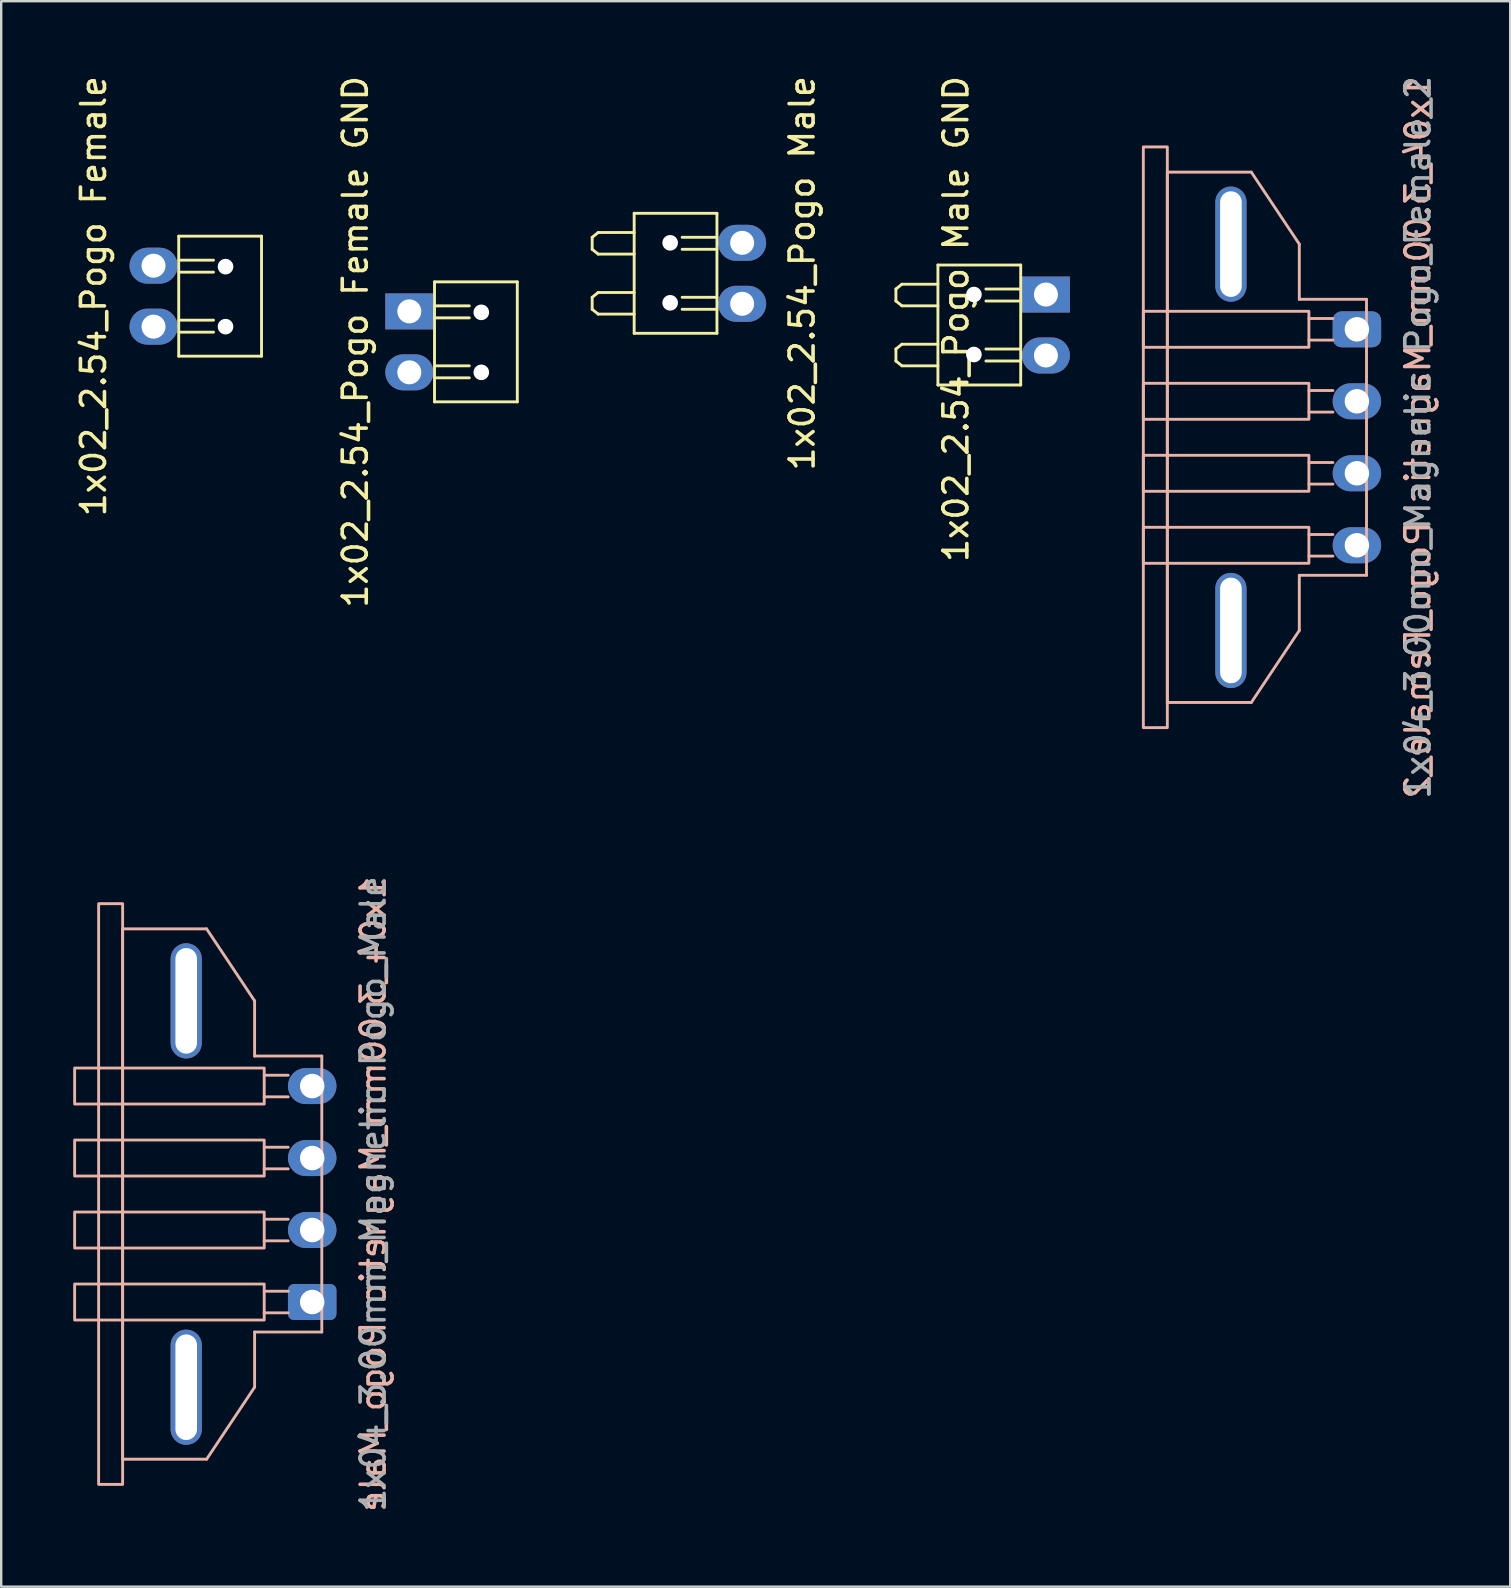
<source format=kicad_pcb>
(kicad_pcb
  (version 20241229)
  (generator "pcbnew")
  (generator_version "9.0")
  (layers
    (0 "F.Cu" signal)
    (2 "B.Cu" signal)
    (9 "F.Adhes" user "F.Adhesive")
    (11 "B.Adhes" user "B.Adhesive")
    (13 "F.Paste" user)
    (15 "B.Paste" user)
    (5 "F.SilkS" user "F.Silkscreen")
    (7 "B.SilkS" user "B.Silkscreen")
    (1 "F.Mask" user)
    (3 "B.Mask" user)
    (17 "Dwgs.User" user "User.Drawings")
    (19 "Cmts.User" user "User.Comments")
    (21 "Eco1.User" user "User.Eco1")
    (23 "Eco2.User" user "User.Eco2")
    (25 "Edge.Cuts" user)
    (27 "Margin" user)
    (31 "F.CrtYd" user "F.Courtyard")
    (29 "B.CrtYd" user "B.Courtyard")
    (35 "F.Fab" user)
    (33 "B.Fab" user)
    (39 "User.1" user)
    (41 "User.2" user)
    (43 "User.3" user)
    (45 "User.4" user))
  (footprint "1x04_3.00mm_Magnetic Pogo_Female_2"
    (layer "F.Cu")
    (at 53.495 15.173)
    (property "Reference" "1x04_3.00mm_Magnetic Pogo_Female_2" (at 2.54 0 270) (layer "B.SilkS") (effects (font (size 1 1) (thickness 0.15)) (justify mirror)))
    (attr through_hole)
    (fp_line (start -7.9 -11.05) (end -7.9 11.05) (stroke (width 0.12) (type solid)) (layer "B.SilkS"))
    (fp_line (start -4.4 -11.05) (end -7.9 -11.05) (stroke (width 0.12) (type solid)) (layer "B.SilkS"))
    (fp_line (start -4.4 11.05) (end -7.9 11.05) (stroke (width 0.12) (type solid)) (layer "B.SilkS"))
    (fp_line (start -2.4 -8.05) (end -4.4 -11.05) (stroke (width 0.12) (type solid)) (layer "B.SilkS"))
    (fp_line (start -2.4 -8.05) (end -2.4 -5.75) (stroke (width 0.12) (type solid)) (layer "B.SilkS"))
    (fp_line (start -2.4 -5.75) (end 0.4 -5.75) (stroke (width 0.12) (type solid)) (layer "B.SilkS"))
    (fp_line (start -2.4 5.75) (end -2.4 8.05) (stroke (width 0.12) (type solid)) (layer "B.SilkS"))
    (fp_line (start -2.4 5.75) (end 0.4 5.75) (stroke (width 0.12) (type solid)) (layer "B.SilkS"))
    (fp_line (start -2.4 8.05) (end -4.4 11.05) (stroke (width 0.12) (type solid)) (layer "B.SilkS"))
    (fp_line (start -2 -4.95) (end -1 -4.95) (stroke (width 0.12) (type solid)) (layer "B.SilkS"))
    (fp_line (start -2 -4.05) (end -1 -4.05) (stroke (width 0.12) (type solid)) (layer "B.SilkS"))
    (fp_line (start -2 -1.95) (end -1 -1.95) (stroke (width 0.12) (type solid)) (layer "B.SilkS"))
    (fp_line (start -2 -1.05) (end -1 -1.05) (stroke (width 0.12) (type solid)) (layer "B.SilkS"))
    (fp_line (start -2 1.05) (end -1 1.05) (stroke (width 0.12) (type solid)) (layer "B.SilkS"))
    (fp_line (start -2 1.95) (end -1 1.95) (stroke (width 0.12) (type solid)) (layer "B.SilkS"))
    (fp_line (start -2 4.05) (end -1 4.05) (stroke (width 0.12) (type solid)) (layer "B.SilkS"))
    (fp_line (start -2 4.95) (end -1 4.95) (stroke (width 0.12) (type solid)) (layer "B.SilkS"))
    (fp_line (start 0.4 -5.75) (end 0.4 5.75) (stroke (width 0.12) (type solid)) (layer "B.SilkS"))
    (fp_rect (start -7.9 -12.1) (end -8.9 12.1) (stroke (width 0.12) (type solid)) (fill no) (layer "B.SilkS"))
    (fp_rect (start -2 -3.75) (end -8.9 -5.25) (stroke (width 0.12) (type solid)) (fill no) (layer "B.SilkS"))
    (fp_rect (start -2 -0.75) (end -8.9 -2.25) (stroke (width 0.12) (type solid)) (fill no) (layer "B.SilkS"))
    (fp_rect (start -2 2.25) (end -8.9 0.75) (stroke (width 0.12) (type solid)) (fill no) (layer "B.SilkS"))
    (fp_rect (start -2 5.25) (end -8.9 3.75) (stroke (width 0.12) (type solid)) (fill no) (layer "B.SilkS"))
    (fp_text user "${REFERENCE}" (at 2.54 0 90) (layer "F.Fab") (effects (font (size 1 1) (thickness 0.15))))
    (pad "1" thru_hole roundrect (at 0 -4.5 90) (size 1.5 2.02) (drill 1.02) (layers "*.Cu" "*.Mask") (roundrect_rratio 0.25))
    (pad "2" thru_hole oval (at 0 -1.5 90) (size 1.5 2.02) (drill 1.02) (layers "*.Cu" "*.Mask"))
    (pad "3" thru_hole oval (at 0 1.5 90) (size 1.5 2.02) (drill 1.02) (layers "*.Cu" "*.Mask"))
    (pad "4" thru_hole oval (at 0 4.5 90) (size 1.5 2.02) (drill 1.02) (layers "*.Cu" "*.Mask"))
    (pad "5" thru_hole oval (at -5.25 -8.05) (size 1.3 4.8) (drill oval 0.9 4.4) (layers "*.Cu" "*.Mask"))
    (pad "6" thru_hole oval (at -5.25 8.05) (size 1.3 4.8) (drill oval 0.9 4.4) (layers "*.Cu" "*.Mask")))
  (footprint "1x02_2.54_Pogo Female"
    (layer "F.Cu")
    (at 3.348 9.292)
    (property "Reference" "1x02_2.54_Pogo Female" (at -2.5 0 270) (layer "F.SilkS") (effects (font (size 1 1) (thickness 0.15))))
    (attr through_hole)
    (fp_line (start 1.05 -1.5) (end 2.5 -1.5) (stroke (width 0.12) (type solid)) (layer "F.SilkS"))
    (fp_line (start 1.05 -1) (end 2.5 -1) (stroke (width 0.12) (type solid)) (layer "F.SilkS"))
    (fp_line (start 1.05 1) (end 2.5 1) (stroke (width 0.12) (type solid)) (layer "F.SilkS"))
    (fp_line (start 1.05 1.5) (end 2.5 1.5) (stroke (width 0.12) (type solid)) (layer "F.SilkS"))
    (fp_line (start 1.05 2.5) (end 1.05 -2.5) (stroke (width 0.12) (type solid)) (layer "F.SilkS"))
    (fp_line (start 1.05 2.5) (end 4.5 2.5) (stroke (width 0.12) (type solid)) (layer "F.SilkS"))
    (fp_line (start 4.5 -2.5) (end 1.05 -2.5) (stroke (width 0.12) (type solid)) (layer "F.SilkS"))
    (fp_line (start 4.5 2.5) (end 4.5 -2.5) (stroke (width 0.12) (type solid)) (layer "F.SilkS"))
    (pad "" np_thru_hole oval (at 3 -1.23) (size 0.65 0.65) (drill 0.65) (layers "*.Cu" "*.Mask"))
    (pad "" np_thru_hole oval (at 3 1.27) (size 0.65 0.65) (drill 0.65) (layers "*.Cu" "*.Mask"))
    (pad "1" thru_hole oval (at 0 -1.27) (size 2 1.5) (drill 1) (layers "*.Cu" "*.Mask"))
    (pad "2" thru_hole oval (at 0 1.27) (size 2 1.5) (drill 1) (layers "*.Cu" "*.Mask")))
  (footprint "1x04_3.00mm_Magnetic Pogo_Male"
    (layer "F.Cu")
    (at 9.96 46.708)
    (property "Reference" "1x04_3.00mm_Magnetic Pogo_Male" (at 2.54 0 270) (layer "B.SilkS") (effects (font (size 1 1) (thickness 0.15)) (justify mirror)))
    (attr through_hole)
    (fp_line (start -7.9 -11.05) (end -7.9 11.05) (stroke (width 0.12) (type solid)) (layer "B.SilkS"))
    (fp_line (start -4.4 -11.05) (end -7.9 -11.05) (stroke (width 0.12) (type solid)) (layer "B.SilkS"))
    (fp_line (start -4.4 11.05) (end -7.9 11.05) (stroke (width 0.12) (type solid)) (layer "B.SilkS"))
    (fp_line (start -2.4 -8.05) (end -4.4 -11.05) (stroke (width 0.12) (type solid)) (layer "B.SilkS"))
    (fp_line (start -2.4 -8.05) (end -2.4 -5.75) (stroke (width 0.12) (type solid)) (layer "B.SilkS"))
    (fp_line (start -2.4 -5.75) (end 0.4 -5.75) (stroke (width 0.12) (type solid)) (layer "B.SilkS"))
    (fp_line (start -2.4 5.75) (end -2.4 8.05) (stroke (width 0.12) (type solid)) (layer "B.SilkS"))
    (fp_line (start -2.4 5.75) (end 0.4 5.75) (stroke (width 0.12) (type solid)) (layer "B.SilkS"))
    (fp_line (start -2.4 8.05) (end -4.4 11.05) (stroke (width 0.12) (type solid)) (layer "B.SilkS"))
    (fp_line (start -2 -4.95) (end -1 -4.95) (stroke (width 0.12) (type solid)) (layer "B.SilkS"))
    (fp_line (start -2 -4.05) (end -1 -4.05) (stroke (width 0.12) (type solid)) (layer "B.SilkS"))
    (fp_line (start -2 -1.95) (end -1 -1.95) (stroke (width 0.12) (type solid)) (layer "B.SilkS"))
    (fp_line (start -2 -1.05) (end -1 -1.05) (stroke (width 0.12) (type solid)) (layer "B.SilkS"))
    (fp_line (start -2 1.05) (end -1 1.05) (stroke (width 0.12) (type solid)) (layer "B.SilkS"))
    (fp_line (start -2 1.95) (end -1 1.95) (stroke (width 0.12) (type solid)) (layer "B.SilkS"))
    (fp_line (start -2 4.05) (end -1 4.05) (stroke (width 0.12) (type solid)) (layer "B.SilkS"))
    (fp_line (start -2 4.95) (end -1 4.95) (stroke (width 0.12) (type solid)) (layer "B.SilkS"))
    (fp_line (start 0.4 -5.75) (end 0.4 5.75) (stroke (width 0.12) (type solid)) (layer "B.SilkS"))
    (fp_rect (start -7.9 -12.1) (end -8.9 12.1) (stroke (width 0.12) (type solid)) (fill no) (layer "B.SilkS"))
    (fp_rect (start -2 -3.75) (end -9.9 -5.25) (stroke (width 0.12) (type solid)) (fill no) (layer "B.SilkS"))
    (fp_rect (start -2 -0.75) (end -9.9 -2.25) (stroke (width 0.12) (type solid)) (fill no) (layer "B.SilkS"))
    (fp_rect (start -2 2.25) (end -9.9 0.75) (stroke (width 0.12) (type solid)) (fill no) (layer "B.SilkS"))
    (fp_rect (start -2 5.25) (end -9.9 3.75) (stroke (width 0.12) (type solid)) (fill no) (layer "B.SilkS"))
    (fp_text user "${REFERENCE}" (at 2.54 0 90) (layer "F.Fab") (effects (font (size 1 1) (thickness 0.15))))
    (pad "1" thru_hole roundrect (at 0 4.5 90) (size 1.5 2.02) (drill 1.02) (layers "*.Cu" "*.Mask") (roundrect_rratio 0.167))
    (pad "2" thru_hole oval (at 0 1.5 90) (size 1.5 2.02) (drill 1.02) (layers "*.Cu" "*.Mask"))
    (pad "3" thru_hole oval (at 0 -1.5 90) (size 1.5 2.02) (drill 1.02) (layers "*.Cu" "*.Mask"))
    (pad "4" thru_hole oval (at 0 -4.5 90) (size 1.5 2.02) (drill 1.02) (layers "*.Cu" "*.Mask"))
    (pad "5" thru_hole oval (at -5.25 -8.05) (size 1.3 4.8) (drill oval 0.9 4.4) (layers "*.Cu" "*.Mask"))
    (pad "6" thru_hole oval (at -5.25 8.05) (size 1.3 4.8) (drill oval 0.9 4.4) (layers "*.Cu" "*.Mask")))
  (footprint "1x02_2.54_Pogo Male GND"
    (layer "F.Cu")
    (at 36.035 12.994)
    (property "Reference" "1x02_2.54_Pogo Male GND" (at 0.75 -2.75 90) (layer "F.SilkS") (effects (font (size 1 1) (thickness 0.15))))
    (attr through_hole)
    (fp_line (start -1.75 -4) (end -1.75 -3.5) (stroke (width 0.12) (type solid)) (layer "F.SilkS"))
    (fp_line (start -1.75 -4) (end -1.5 -4.2) (stroke (width 0.12) (type solid)) (layer "F.SilkS"))
    (fp_line (start -1.75 -3.5) (end -1.5 -3.3) (stroke (width 0.12) (type solid)) (layer "F.SilkS"))
    (fp_line (start -1.75 -1.5) (end -1.75 -1) (stroke (width 0.12) (type solid)) (layer "F.SilkS"))
    (fp_line (start -1.75 -1.5) (end -1.5 -1.7) (stroke (width 0.12) (type solid)) (layer "F.SilkS"))
    (fp_line (start -1.75 -1) (end -1.5 -0.8) (stroke (width 0.12) (type solid)) (layer "F.SilkS"))
    (fp_line (start 0 -5) (end 0 0) (stroke (width 0.12) (type solid)) (layer "F.SilkS"))
    (fp_line (start 0 -4.2) (end -1.5 -4.2) (stroke (width 0.12) (type solid)) (layer "F.SilkS"))
    (fp_line (start 0 -3.3) (end -1.5 -3.3) (stroke (width 0.12) (type solid)) (layer "F.SilkS"))
    (fp_line (start 0 -1.7) (end -1.5 -1.7) (stroke (width 0.12) (type solid)) (layer "F.SilkS"))
    (fp_line (start 0 -0.8) (end -1.5 -0.8) (stroke (width 0.12) (type solid)) (layer "F.SilkS"))
    (fp_line (start 0 0) (end 3.45 0) (stroke (width 0.12) (type solid)) (layer "F.SilkS"))
    (fp_line (start 3.45 -5) (end 0 -5) (stroke (width 0.12) (type solid)) (layer "F.SilkS"))
    (fp_line (start 3.45 -5) (end 3.45 0) (stroke (width 0.12) (type solid)) (layer "F.SilkS"))
    (fp_line (start 3.45 -4) (end 2 -4) (stroke (width 0.12) (type solid)) (layer "F.SilkS"))
    (fp_line (start 3.45 -3.5) (end 2 -3.5) (stroke (width 0.12) (type solid)) (layer "F.SilkS"))
    (fp_line (start 3.45 -1.5) (end 2 -1.5) (stroke (width 0.12) (type solid)) (layer "F.SilkS"))
    (fp_line (start 3.45 -1) (end 2 -1) (stroke (width 0.12) (type solid)) (layer "F.SilkS"))
    (pad "" np_thru_hole oval (at 1.5 -3.77 180) (size 0.65 0.65) (drill 0.65) (layers "*.Cu" "*.Mask"))
    (pad "" np_thru_hole oval (at 1.5 -1.27 180) (size 0.65 0.65) (drill 0.65) (layers "*.Cu" "*.Mask"))
    (pad "1" thru_hole rect (at 4.5 -3.77 180) (size 2 1.5) (drill 1) (layers "*.Cu" "*.Mask"))
    (pad "2" thru_hole oval (at 4.5 -1.23 180) (size 2 1.5) (drill 1) (layers "*.Cu" "*.Mask")))
  (footprint "1x02_2.54_Pogo Male"
    (layer "F.Cu")
    (at 27.877 8.339)
    (property "Reference" "1x02_2.54_Pogo Male" (at 2.5 0 90) (layer "F.SilkS") (effects (font (size 1 1) (thickness 0.15))))
    (attr through_hole)
    (fp_line (start -6.25 -1.5) (end -6.25 -1) (stroke (width 0.12) (type solid)) (layer "F.SilkS"))
    (fp_line (start -6.25 -1.5) (end -6 -1.7) (stroke (width 0.12) (type solid)) (layer "F.SilkS"))
    (fp_line (start -6.25 -1) (end -6 -0.8) (stroke (width 0.12) (type solid)) (layer "F.SilkS"))
    (fp_line (start -6.25 1) (end -6.25 1.5) (stroke (width 0.12) (type solid)) (layer "F.SilkS"))
    (fp_line (start -6.25 1) (end -6 0.8) (stroke (width 0.12) (type solid)) (layer "F.SilkS"))
    (fp_line (start -6.25 1.5) (end -6 1.7) (stroke (width 0.12) (type solid)) (layer "F.SilkS"))
    (fp_line (start -4.5 -2.5) (end -4.5 2.5) (stroke (width 0.12) (type solid)) (layer "F.SilkS"))
    (fp_line (start -4.5 -1.7) (end -6 -1.7) (stroke (width 0.12) (type solid)) (layer "F.SilkS"))
    (fp_line (start -4.5 -0.8) (end -6 -0.8) (stroke (width 0.12) (type solid)) (layer "F.SilkS"))
    (fp_line (start -4.5 0.8) (end -6 0.8) (stroke (width 0.12) (type solid)) (layer "F.SilkS"))
    (fp_line (start -4.5 1.7) (end -6 1.7) (stroke (width 0.12) (type solid)) (layer "F.SilkS"))
    (fp_line (start -4.5 2.5) (end -1.05 2.5) (stroke (width 0.12) (type solid)) (layer "F.SilkS"))
    (fp_line (start -1.05 -2.5) (end -4.5 -2.5) (stroke (width 0.12) (type solid)) (layer "F.SilkS"))
    (fp_line (start -1.05 -2.5) (end -1.05 2.5) (stroke (width 0.12) (type solid)) (layer "F.SilkS"))
    (fp_line (start -1.05 -1.5) (end -2.5 -1.5) (stroke (width 0.12) (type solid)) (layer "F.SilkS"))
    (fp_line (start -1.05 -1) (end -2.5 -1) (stroke (width 0.12) (type solid)) (layer "F.SilkS"))
    (fp_line (start -1.05 1) (end -2.5 1) (stroke (width 0.12) (type solid)) (layer "F.SilkS"))
    (fp_line (start -1.05 1.5) (end -2.5 1.5) (stroke (width 0.12) (type solid)) (layer "F.SilkS"))
    (pad "" np_thru_hole oval (at -3 -1.27 180) (size 0.65 0.65) (drill 0.65) (layers "*.Cu" "*.Mask"))
    (pad "" np_thru_hole oval (at -3 1.23 180) (size 0.65 0.65) (drill 0.65) (layers "*.Cu" "*.Mask"))
    (pad "1" thru_hole oval (at 0 -1.27 180) (size 2 1.5) (drill 1) (layers "*.Cu" "*.Mask"))
    (pad "2" thru_hole oval (at 0 1.27 180) (size 2 1.5) (drill 1) (layers "*.Cu" "*.Mask")))
  (footprint "1x02_2.54_Pogo Female GND"
    (layer "F.Cu")
    (at 14.007 11.196)
    (property "Reference" "1x02_2.54_Pogo Female GND" (at -2.25 0 270) (layer "F.SilkS") (effects (font (size 1 1) (thickness 0.15))))
    (attr through_hole)
    (fp_line (start 1.05 -1.5) (end 2.5 -1.5) (stroke (width 0.12) (type solid)) (layer "F.SilkS"))
    (fp_line (start 1.05 -1) (end 2.5 -1) (stroke (width 0.12) (type solid)) (layer "F.SilkS"))
    (fp_line (start 1.05 1) (end 2.5 1) (stroke (width 0.12) (type solid)) (layer "F.SilkS"))
    (fp_line (start 1.05 1.5) (end 2.5 1.5) (stroke (width 0.12) (type solid)) (layer "F.SilkS"))
    (fp_line (start 1.05 2.5) (end 1.05 -2.5) (stroke (width 0.12) (type solid)) (layer "F.SilkS"))
    (fp_line (start 1.05 2.5) (end 4.5 2.5) (stroke (width 0.12) (type solid)) (layer "F.SilkS"))
    (fp_line (start 4.5 -2.5) (end 1.05 -2.5) (stroke (width 0.12) (type solid)) (layer "F.SilkS"))
    (fp_line (start 4.5 2.5) (end 4.5 -2.5) (stroke (width 0.12) (type solid)) (layer "F.SilkS"))
    (pad "" np_thru_hole oval (at 3 -1.23) (size 0.65 0.65) (drill 0.65) (layers "*.Cu" "*.Mask"))
    (pad "" np_thru_hole oval (at 3 1.27) (size 0.65 0.65) (drill 0.65) (layers "*.Cu" "*.Mask"))
    (pad "1" thru_hole rect (at 0 -1.27) (size 2 1.5) (drill 1) (layers "*.Cu" "*.Mask"))
    (pad "2" thru_hole oval (at 0 1.27) (size 2 1.5) (drill 1) (layers "*.Cu" "*.Mask")))
  (gr_rect
    (start -3 -3)
    (end 59.883 63.071)
    (stroke (width 0.1) (type default))
    (fill no)
    (layer "Edge.Cuts")))
</source>
